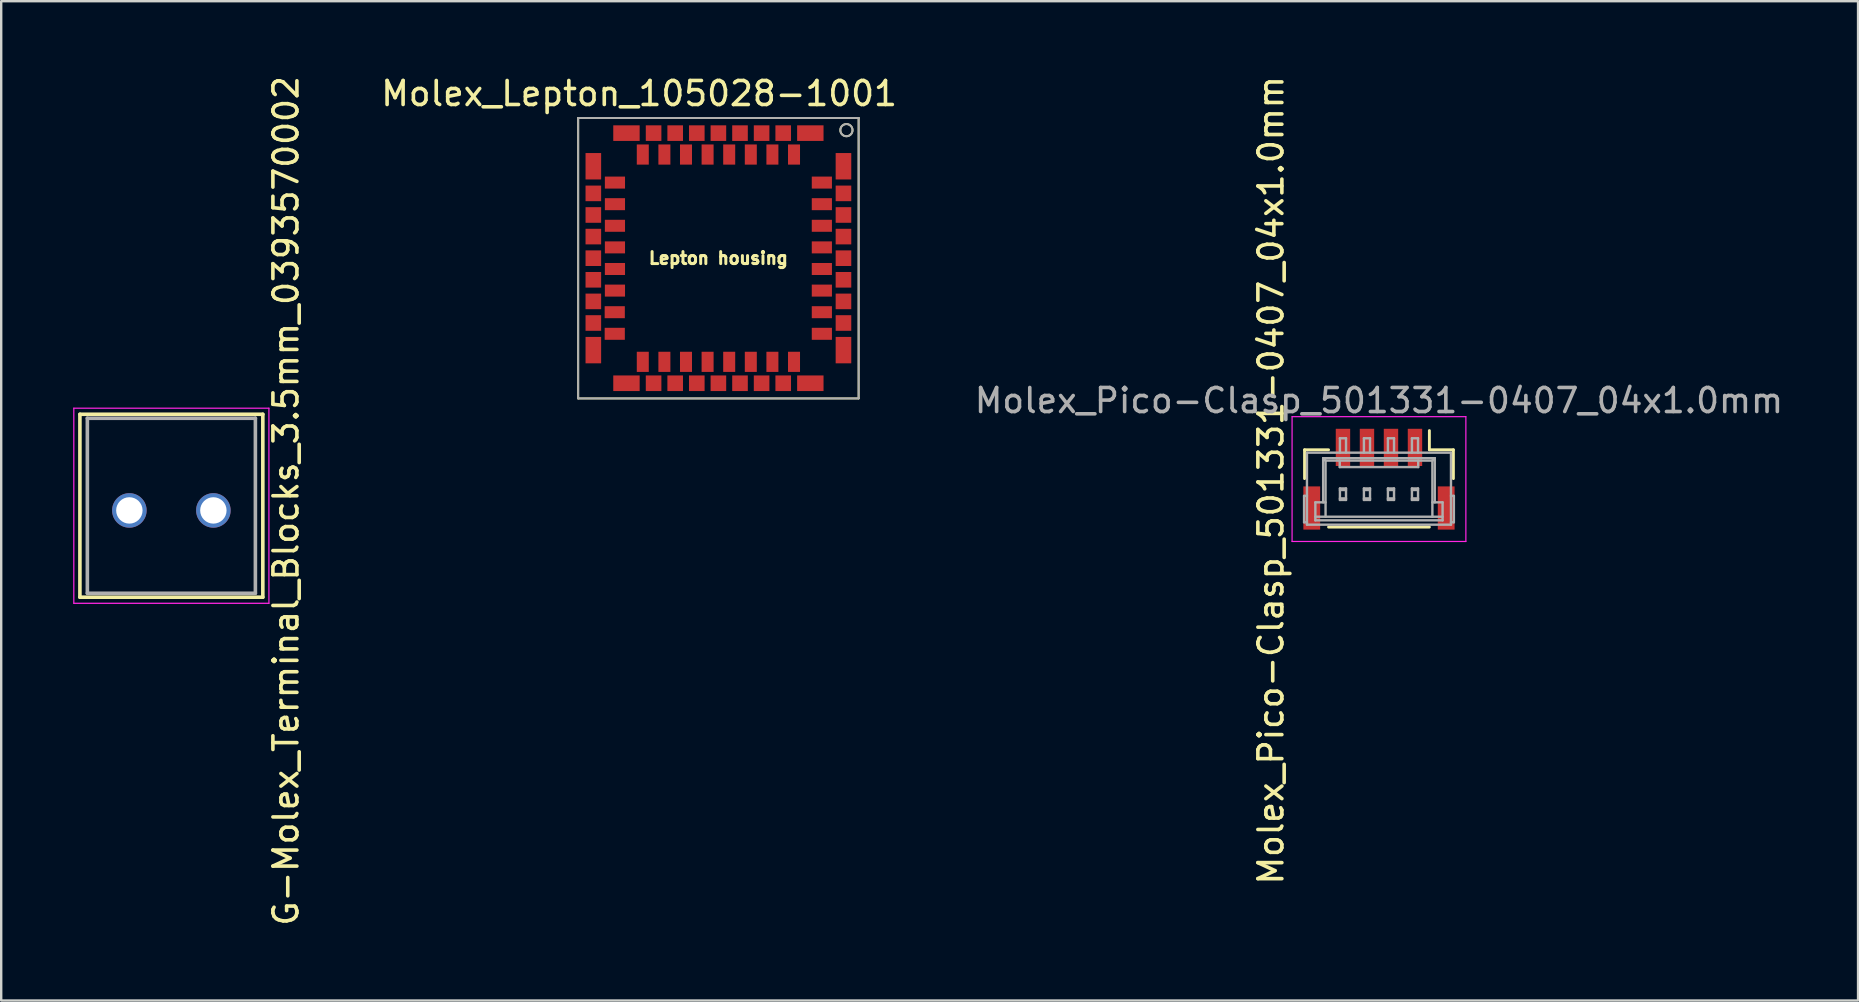
<source format=kicad_pcb>
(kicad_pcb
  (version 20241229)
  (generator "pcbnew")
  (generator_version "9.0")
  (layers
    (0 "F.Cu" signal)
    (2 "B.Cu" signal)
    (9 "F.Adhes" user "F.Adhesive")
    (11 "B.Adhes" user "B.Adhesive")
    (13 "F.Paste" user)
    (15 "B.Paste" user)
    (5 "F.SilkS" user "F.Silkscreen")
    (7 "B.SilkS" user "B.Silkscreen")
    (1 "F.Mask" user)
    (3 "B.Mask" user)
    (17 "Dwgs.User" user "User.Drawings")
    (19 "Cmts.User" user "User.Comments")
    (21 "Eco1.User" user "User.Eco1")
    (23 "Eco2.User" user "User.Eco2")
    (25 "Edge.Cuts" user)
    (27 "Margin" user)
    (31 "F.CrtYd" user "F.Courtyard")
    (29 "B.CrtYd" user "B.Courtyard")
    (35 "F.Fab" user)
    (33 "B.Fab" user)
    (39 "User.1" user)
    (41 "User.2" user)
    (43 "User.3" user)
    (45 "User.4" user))
  (footprint "G-Molex_Terminal_Blocks_3.5mm_0393570002"
    (layer "F.Cu")
    (at 4.089 18.019)
    (property "Reference" "G-Molex_Terminal_Blocks_3.5mm_0393570002" (at 4.775 -0.203 90) (layer "F.SilkS") (effects (font (size 1 1) (thickness 0.15))))
    (attr through_hole)
    (fp_line (start -3.81 -3.81) (end -3.81 3.81) (stroke (width 0.15) (type solid)) (layer "F.SilkS"))
    (fp_line (start -3.81 3.81) (end 3.81 3.81) (stroke (width 0.15) (type solid)) (layer "F.SilkS"))
    (fp_line (start 3.81 -3.81) (end -3.81 -3.81) (stroke (width 0.15) (type solid)) (layer "F.SilkS"))
    (fp_line (start 3.81 3.81) (end 3.81 -3.81) (stroke (width 0.15) (type solid)) (layer "F.SilkS"))
    (fp_line (start -4.064 -4.064) (end -4.064 4.064) (stroke (width 0.05) (type solid)) (layer "F.CrtYd"))
    (fp_line (start -4.064 4.064) (end 4.064 4.064) (stroke (width 0.05) (type solid)) (layer "F.CrtYd"))
    (fp_line (start 4.064 -4.064) (end -4.064 -4.064) (stroke (width 0.05) (type solid)) (layer "F.CrtYd"))
    (fp_line (start 4.064 4.064) (end 4.064 -4.064) (stroke (width 0.05) (type solid)) (layer "F.CrtYd"))
    (fp_line (start -3.5 -3.645) (end -3.5 3.645) (stroke (width 0.15) (type solid)) (layer "F.Fab"))
    (fp_line (start -3.5 3.645) (end 3.5 3.645) (stroke (width 0.15) (type solid)) (layer "F.Fab"))
    (fp_line (start 3.5 -3.645) (end -3.5 -3.645) (stroke (width 0.15) (type solid)) (layer "F.Fab"))
    (fp_line (start 3.5 3.645) (end 3.5 -3.645) (stroke (width 0.15) (type solid)) (layer "F.Fab"))
    (pad "1" thru_hole circle (at -1.75 0.195) (size 1.438 1.438) (drill 1.1) (layers "*.Cu" "*.Mask"))
    (pad "2" thru_hole circle (at 1.75 0.195) (size 1.438 1.438) (drill 1.1) (layers "*.Cu" "*.Mask")))
  (footprint "Molex_Lepton_105028-1001"
    (layer "F.Cu")
    (at 26.878 7.706)
    (property "Reference" "Molex_Lepton_105028-1001" (at -3.302 -6.858 0) (layer "F.SilkS") (effects (font (size 1 1) (thickness 0.15))))
    (attr through_hole)
    (fp_line (start -5.842 -5.842) (end 5.842 -5.842) (stroke (width 0.08) (type solid)) (layer "F.SilkS"))
    (fp_line (start -5.842 5.842) (end -5.842 -5.842) (stroke (width 0.08) (type solid)) (layer "F.SilkS"))
    (fp_line (start 5.842 -5.842) (end 5.842 5.842) (stroke (width 0.08) (type solid)) (layer "F.SilkS"))
    (fp_line (start 5.842 5.842) (end -5.842 5.842) (stroke (width 0.08) (type solid)) (layer "F.SilkS"))
    (fp_circle (center 5.334 -5.334) (end 5.588 -5.334) (stroke (width 0.08) (type solid)) (fill no) (layer "F.SilkS"))
    (fp_line (start -5.842 -5.842) (end 5.842 -5.842) (stroke (width 0.08) (type solid)) (layer "F.Fab"))
    (fp_line (start -5.842 5.842) (end -5.842 -5.842) (stroke (width 0.08) (type solid)) (layer "F.Fab"))
    (fp_line (start 5.842 -5.842) (end 5.842 5.842) (stroke (width 0.08) (type solid)) (layer "F.Fab"))
    (fp_line (start 5.842 5.842) (end -5.842 5.842) (stroke (width 0.08) (type solid)) (layer "F.Fab"))
    (fp_circle (center 5.334 -5.334) (end 5.334 -5.08) (stroke (width 0.08) (type solid)) (fill no) (layer "F.Fab"))
    (fp_text user "Lepton housing" (at 0 0 0) (layer "F.SilkS") (effects (font (size 0.5 0.5) (thickness 0.125))))
    (pad "1" smd rect (at 4.31 -3.15) (size 0.84 0.5) (layers "F.Cu" "F.Mask" "F.Paste"))
    (pad "2" smd rect (at 4.31 -2.25) (size 0.84 0.5) (layers "F.Cu" "F.Mask" "F.Paste"))
    (pad "3" smd rect (at 4.31 -1.35) (size 0.84 0.5) (layers "F.Cu" "F.Mask" "F.Paste"))
    (pad "4" smd rect (at 4.31 -0.45) (size 0.84 0.5) (layers "F.Cu" "F.Mask" "F.Paste"))
    (pad "5" smd rect (at 4.31 0.45) (size 0.84 0.5) (layers "F.Cu" "F.Mask" "F.Paste"))
    (pad "6" smd rect (at 4.31 1.35) (size 0.84 0.5) (layers "F.Cu" "F.Mask" "F.Paste"))
    (pad "7" smd rect (at 4.31 2.25) (size 0.84 0.5) (layers "F.Cu" "F.Mask" "F.Paste"))
    (pad "8" smd rect (at 4.31 3.15) (size 0.84 0.5) (layers "F.Cu" "F.Mask" "F.Paste"))
    (pad "9" smd rect (at 3.15 4.318) (size 0.5 0.84) (layers "F.Cu" "F.Mask" "F.Paste"))
    (pad "10" smd rect (at 2.25 4.318) (size 0.5 0.84) (layers "F.Cu" "F.Mask" "F.Paste"))
    (pad "11" smd rect (at 1.35 4.318) (size 0.5 0.84) (layers "F.Cu" "F.Mask" "F.Paste"))
    (pad "12" smd rect (at 0.45 4.318) (size 0.5 0.84) (layers "F.Cu" "F.Mask" "F.Paste"))
    (pad "13" smd rect (at -0.45 4.318) (size 0.5 0.84) (layers "F.Cu" "F.Mask" "F.Paste"))
    (pad "14" smd rect (at -1.35 4.318) (size 0.5 0.84) (layers "F.Cu" "F.Mask" "F.Paste"))
    (pad "15" smd rect (at -2.25 4.318) (size 0.5 0.84) (layers "F.Cu" "F.Mask" "F.Paste"))
    (pad "16" smd rect (at -3.15 4.318) (size 0.5 0.84) (layers "F.Cu" "F.Mask" "F.Paste"))
    (pad "17" smd rect (at -4.318 3.15) (size 0.84 0.5) (layers "F.Cu" "F.Mask" "F.Paste"))
    (pad "18" smd rect (at -4.318 2.25) (size 0.84 0.5) (layers "F.Cu" "F.Mask" "F.Paste"))
    (pad "19" smd rect (at -4.31 1.35) (size 0.84 0.5) (layers "F.Cu" "F.Mask" "F.Paste"))
    (pad "20" smd rect (at -4.31 0.45) (size 0.84 0.5) (layers "F.Cu" "F.Mask" "F.Paste"))
    (pad "21" smd rect (at -4.31 -0.45) (size 0.84 0.5) (layers "F.Cu" "F.Mask" "F.Paste"))
    (pad "22" smd rect (at -4.31 -1.35) (size 0.84 0.5) (layers "F.Cu" "F.Mask" "F.Paste"))
    (pad "23" smd rect (at -4.31 -2.25 180) (size 0.84 0.5) (layers "F.Cu" "F.Mask" "F.Paste"))
    (pad "24" smd rect (at -4.31 -3.15) (size 0.84 0.5) (layers "F.Cu" "F.Mask" "F.Paste"))
    (pad "25" smd rect (at -3.15 -4.318) (size 0.5 0.84) (layers "F.Cu" "F.Mask" "F.Paste"))
    (pad "26" smd rect (at -2.25 -4.318) (size 0.5 0.84) (layers "F.Cu" "F.Mask" "F.Paste"))
    (pad "27" smd rect (at -1.35 -4.318) (size 0.5 0.84) (layers "F.Cu" "F.Mask" "F.Paste"))
    (pad "28" smd rect (at -0.45 -4.318) (size 0.5 0.84) (layers "F.Cu" "F.Mask" "F.Paste"))
    (pad "29" smd rect (at 0.45 -4.318) (size 0.5 0.84) (layers "F.Cu" "F.Mask" "F.Paste"))
    (pad "30" smd rect (at 1.35 -4.318) (size 0.5 0.84) (layers "F.Cu" "F.Mask" "F.Paste"))
    (pad "31" smd rect (at 2.25 -4.318) (size 0.5 0.84) (layers "F.Cu" "F.Mask" "F.Paste"))
    (pad "32" smd rect (at 3.15 -4.318) (size 0.5 0.84) (layers "F.Cu" "F.Mask" "F.Paste"))
    (pad "33" smd rect (at -5.21 -3.83) (size 0.65 1.1) (layers "F.Cu" "F.Mask" "F.Paste"))
    (pad "33" smd rect (at -5.21 -2.7) (size 0.65 0.65) (layers "F.Cu" "F.Mask" "F.Paste"))
    (pad "33" smd rect (at -5.21 -1.8) (size 0.65 0.65) (layers "F.Cu" "F.Mask" "F.Paste"))
    (pad "33" smd rect (at -5.21 -0.9) (size 0.65 0.65) (layers "F.Cu" "F.Mask" "F.Paste"))
    (pad "33" smd rect (at -5.21 0) (size 0.65 0.65) (layers "F.Cu" "F.Mask" "F.Paste"))
    (pad "33" smd rect (at -5.21 0.9) (size 0.65 0.65) (layers "F.Cu" "F.Mask" "F.Paste"))
    (pad "33" smd rect (at -5.21 1.8) (size 0.65 0.65) (layers "F.Cu" "F.Mask" "F.Paste"))
    (pad "33" smd rect (at -5.21 2.7) (size 0.65 0.65) (layers "F.Cu" "F.Mask" "F.Paste"))
    (pad "33" smd rect (at -5.21 3.83) (size 0.65 1.1) (layers "F.Cu" "F.Mask" "F.Paste"))
    (pad "33" smd rect (at -3.83 -5.21) (size 1.1 0.65) (layers "F.Cu" "F.Mask" "F.Paste"))
    (pad "33" smd rect (at -3.83 5.21) (size 1.1 0.65) (layers "F.Cu" "F.Mask" "F.Paste"))
    (pad "33" smd rect (at -2.7 -5.21) (size 0.65 0.65) (layers "F.Cu" "F.Mask" "F.Paste"))
    (pad "33" smd rect (at -2.7 5.21) (size 0.65 0.65) (layers "F.Cu" "F.Mask" "F.Paste"))
    (pad "33" smd rect (at -1.8 -5.21) (size 0.65 0.65) (layers "F.Cu" "F.Mask" "F.Paste"))
    (pad "33" smd rect (at -1.8 5.21) (size 0.65 0.65) (layers "F.Cu" "F.Mask" "F.Paste"))
    (pad "33" smd rect (at -0.9 -5.21) (size 0.65 0.65) (layers "F.Cu" "F.Mask" "F.Paste"))
    (pad "33" smd rect (at -0.9 5.21) (size 0.65 0.65) (layers "F.Cu" "F.Mask" "F.Paste"))
    (pad "33" smd rect (at 0 -5.21) (size 0.65 0.65) (layers "F.Cu" "F.Mask" "F.Paste"))
    (pad "33" smd rect (at 0 5.21) (size 0.65 0.65) (layers "F.Cu" "F.Mask" "F.Paste"))
    (pad "33" smd rect (at 0.9 -5.21) (size 0.65 0.65) (layers "F.Cu" "F.Mask" "F.Paste"))
    (pad "33" smd rect (at 0.9 5.21) (size 0.65 0.65) (layers "F.Cu" "F.Mask" "F.Paste"))
    (pad "33" smd rect (at 1.8 -5.21) (size 0.65 0.65) (layers "F.Cu" "F.Mask" "F.Paste"))
    (pad "33" smd rect (at 1.8 5.21) (size 0.65 0.65) (layers "F.Cu" "F.Mask" "F.Paste"))
    (pad "33" smd rect (at 2.7 -5.21 90) (size 0.65 0.65) (layers "F.Cu" "F.Mask" "F.Paste"))
    (pad "33" smd rect (at 2.7 5.21) (size 0.65 0.65) (layers "F.Cu" "F.Mask" "F.Paste"))
    (pad "33" smd rect (at 3.83 -5.21) (size 1.1 0.65) (layers "F.Cu" "F.Mask" "F.Paste"))
    (pad "33" smd rect (at 3.83 5.21) (size 1.1 0.65) (layers "F.Cu" "F.Mask" "F.Paste"))
    (pad "33" smd rect (at 5.21 -3.83) (size 0.65 1.1) (layers "F.Cu" "F.Mask" "F.Paste"))
    (pad "33" smd rect (at 5.21 -2.7) (size 0.65 0.65) (layers "F.Cu" "F.Mask" "F.Paste"))
    (pad "33" smd rect (at 5.21 -1.8) (size 0.65 0.65) (layers "F.Cu" "F.Mask" "F.Paste"))
    (pad "33" smd rect (at 5.21 -0.9) (size 0.65 0.65) (layers "F.Cu" "F.Mask" "F.Paste"))
    (pad "33" smd rect (at 5.21 0) (size 0.65 0.65) (layers "F.Cu" "F.Mask" "F.Paste"))
    (pad "33" smd rect (at 5.21 0.9) (size 0.65 0.65) (layers "F.Cu" "F.Mask" "F.Paste"))
    (pad "33" smd rect (at 5.21 1.8) (size 0.65 0.65) (layers "F.Cu" "F.Mask" "F.Paste"))
    (pad "33" smd rect (at 5.21 2.7) (size 0.65 0.65) (layers "F.Cu" "F.Mask" "F.Paste"))
    (pad "33" smd rect (at 5.21 3.83) (size 0.65 1.1) (layers "F.Cu" "F.Mask" "F.Paste")))
  (footprint "Molex_Pico-Clasp_501331-0407_04x1.0mm"
    (layer "F.Cu")
    (at 54.397 16.908)
    (property "Reference" "Molex_Pico-Clasp_501331-0407_04x1.0mm" (at -4.5 0.05 90) (layer "F.SilkS") (effects (font (size 1 1) (thickness 0.15))))
    (attr smd)
    (fp_line (start -3.1 -1.22) (end -2.1 -1.22) (stroke (width 0.12) (type solid)) (layer "F.SilkS"))
    (fp_line (start -3.1 -0.02) (end -3.1 -1.22) (stroke (width 0.12) (type solid)) (layer "F.SilkS"))
    (fp_line (start -2.1 2) (end 2.1 2) (stroke (width 0.12) (type solid)) (layer "F.SilkS"))
    (fp_line (start 2.1 -1.22) (end 2.1 -2.02) (stroke (width 0.12) (type solid)) (layer "F.SilkS"))
    (fp_line (start 3.1 -1.22) (end 2.1 -1.22) (stroke (width 0.12) (type solid)) (layer "F.SilkS"))
    (fp_line (start 3.1 -0.02) (end 3.1 -1.22) (stroke (width 0.12) (type solid)) (layer "F.SilkS"))
    (fp_line (start -3.62 -2.6) (end 3.62 -2.6) (stroke (width 0.05) (type solid)) (layer "F.CrtYd"))
    (fp_line (start -3.62 2.6) (end -3.62 -2.6) (stroke (width 0.05) (type solid)) (layer "F.CrtYd"))
    (fp_line (start 3.62 -2.6) (end 3.62 2.6) (stroke (width 0.05) (type solid)) (layer "F.CrtYd"))
    (fp_line (start 3.62 2.6) (end -3.62 2.6) (stroke (width 0.05) (type solid)) (layer "F.CrtYd"))
    (fp_line (start -3.12 0.7) (end -3 0.7) (stroke (width 0.1) (type solid)) (layer "F.Fab"))
    (fp_line (start -3.12 1.8) (end -3.12 0.7) (stroke (width 0.1) (type solid)) (layer "F.Fab"))
    (fp_line (start -3.12 1.8) (end -3 1.8) (stroke (width 0.1) (type solid)) (layer "F.Fab"))
    (fp_line (start -3 -1.1) (end 3 -1.1) (stroke (width 0.1) (type solid)) (layer "F.Fab"))
    (fp_line (start -3 1.9) (end -3 -1.1) (stroke (width 0.1) (type solid)) (layer "F.Fab"))
    (fp_line (start -2.65 0.97) (end -2.65 1.72) (stroke (width 0.1) (type solid)) (layer "F.Fab"))
    (fp_line (start -2.65 0.97) (end -2.225 0.97) (stroke (width 0.1) (type solid)) (layer "F.Fab"))
    (fp_line (start -2.65 1.72) (end 2.65 1.72) (stroke (width 0.1) (type solid)) (layer "F.Fab"))
    (fp_line (start -2.325 -0.87) (end -2.225 -0.77) (stroke (width 0.1) (type solid)) (layer "F.Fab"))
    (fp_line (start -2.325 0.97) (end -2.325 -0.87) (stroke (width 0.1) (type solid)) (layer "F.Fab"))
    (fp_line (start -2.225 -0.77) (end 2.225 -0.77) (stroke (width 0.1) (type solid)) (layer "F.Fab"))
    (fp_line (start -2.225 1.57) (end -2.225 -0.77) (stroke (width 0.1) (type solid)) (layer "F.Fab"))
    (fp_line (start -1.635 -0.5) (end -1.635 -0.77) (stroke (width 0.1) (type solid)) (layer "F.Fab"))
    (fp_line (start -1.627 -1.7) (end -1.373 -1.7) (stroke (width 0.1) (type solid)) (layer "F.Fab"))
    (fp_line (start -1.627 -1.1) (end -1.627 -1.7) (stroke (width 0.1) (type solid)) (layer "F.Fab"))
    (fp_line (start -1.627 0.39) (end -1.627 0.87) (stroke (width 0.1) (type solid)) (layer "F.Fab"))
    (fp_line (start -1.627 0.39) (end -1.373 0.39) (stroke (width 0.1) (type solid)) (layer "F.Fab"))
    (fp_line (start -1.627 0.455) (end -1.373 0.455) (stroke (width 0.1) (type solid)) (layer "F.Fab"))
    (fp_line (start -1.627 0.805) (end -1.373 0.805) (stroke (width 0.1) (type solid)) (layer "F.Fab"))
    (fp_line (start -1.627 0.87) (end -1.373 0.87) (stroke (width 0.1) (type solid)) (layer "F.Fab"))
    (fp_line (start -1.373 -1.1) (end -1.373 -1.7) (stroke (width 0.1) (type solid)) (layer "F.Fab"))
    (fp_line (start -1.373 0.39) (end -1.373 0.87) (stroke (width 0.1) (type solid)) (layer "F.Fab"))
    (fp_line (start -0.627 -1.7) (end -0.373 -1.7) (stroke (width 0.1) (type solid)) (layer "F.Fab"))
    (fp_line (start -0.627 -1.1) (end -0.627 -1.7) (stroke (width 0.1) (type solid)) (layer "F.Fab"))
    (fp_line (start -0.627 0.39) (end -0.627 0.87) (stroke (width 0.1) (type solid)) (layer "F.Fab"))
    (fp_line (start -0.627 0.39) (end -0.373 0.39) (stroke (width 0.1) (type solid)) (layer "F.Fab"))
    (fp_line (start -0.627 0.455) (end -0.373 0.455) (stroke (width 0.1) (type solid)) (layer "F.Fab"))
    (fp_line (start -0.627 0.805) (end -0.373 0.805) (stroke (width 0.1) (type solid)) (layer "F.Fab"))
    (fp_line (start -0.627 0.87) (end -0.373 0.87) (stroke (width 0.1) (type solid)) (layer "F.Fab"))
    (fp_line (start -0.373 -1.1) (end -0.373 -1.7) (stroke (width 0.1) (type solid)) (layer "F.Fab"))
    (fp_line (start -0.373 0.39) (end -0.373 0.87) (stroke (width 0.1) (type solid)) (layer "F.Fab"))
    (fp_line (start 0.373 -1.7) (end 0.627 -1.7) (stroke (width 0.1) (type solid)) (layer "F.Fab"))
    (fp_line (start 0.373 -1.1) (end 0.373 -1.7) (stroke (width 0.1) (type solid)) (layer "F.Fab"))
    (fp_line (start 0.373 0.39) (end 0.373 0.87) (stroke (width 0.1) (type solid)) (layer "F.Fab"))
    (fp_line (start 0.373 0.39) (end 0.627 0.39) (stroke (width 0.1) (type solid)) (layer "F.Fab"))
    (fp_line (start 0.373 0.455) (end 0.627 0.455) (stroke (width 0.1) (type solid)) (layer "F.Fab"))
    (fp_line (start 0.373 0.805) (end 0.627 0.805) (stroke (width 0.1) (type solid)) (layer "F.Fab"))
    (fp_line (start 0.373 0.87) (end 0.627 0.87) (stroke (width 0.1) (type solid)) (layer "F.Fab"))
    (fp_line (start 0.627 -1.7) (end 0.627 -1.1) (stroke (width 0.1) (type solid)) (layer "F.Fab"))
    (fp_line (start 0.627 0.39) (end 0.627 0.87) (stroke (width 0.1) (type solid)) (layer "F.Fab"))
    (fp_line (start 1.373 -1.7) (end 1.373 -1.1) (stroke (width 0.1) (type solid)) (layer "F.Fab"))
    (fp_line (start 1.373 -1.7) (end 1.627 -1.7) (stroke (width 0.1) (type solid)) (layer "F.Fab"))
    (fp_line (start 1.373 0.39) (end 1.373 0.87) (stroke (width 0.1) (type solid)) (layer "F.Fab"))
    (fp_line (start 1.373 0.39) (end 1.627 0.39) (stroke (width 0.1) (type solid)) (layer "F.Fab"))
    (fp_line (start 1.373 0.455) (end 1.627 0.455) (stroke (width 0.1) (type solid)) (layer "F.Fab"))
    (fp_line (start 1.373 0.805) (end 1.627 0.805) (stroke (width 0.1) (type solid)) (layer "F.Fab"))
    (fp_line (start 1.373 0.87) (end 1.627 0.87) (stroke (width 0.1) (type solid)) (layer "F.Fab"))
    (fp_line (start 1.627 -1.7) (end 1.627 -1.1) (stroke (width 0.1) (type solid)) (layer "F.Fab"))
    (fp_line (start 1.627 0.39) (end 1.627 0.87) (stroke (width 0.1) (type solid)) (layer "F.Fab"))
    (fp_line (start 1.635 -0.5) (end -1.635 -0.5) (stroke (width 0.1) (type solid)) (layer "F.Fab"))
    (fp_line (start 1.635 -0.5) (end 1.635 -0.77) (stroke (width 0.1) (type solid)) (layer "F.Fab"))
    (fp_line (start 2.225 -0.77) (end 2.225 1.57) (stroke (width 0.1) (type solid)) (layer "F.Fab"))
    (fp_line (start 2.225 -0.77) (end 2.325 -0.87) (stroke (width 0.1) (type solid)) (layer "F.Fab"))
    (fp_line (start 2.325 -0.87) (end -2.325 -0.87) (stroke (width 0.1) (type solid)) (layer "F.Fab"))
    (fp_line (start 2.325 -0.87) (end 2.325 0.97) (stroke (width 0.1) (type solid)) (layer "F.Fab"))
    (fp_line (start 2.65 0.97) (end 2.225 0.97) (stroke (width 0.1) (type solid)) (layer "F.Fab"))
    (fp_line (start 2.65 1.57) (end -2.65 1.57) (stroke (width 0.1) (type solid)) (layer "F.Fab"))
    (fp_line (start 2.65 1.72) (end 2.65 0.97) (stroke (width 0.1) (type solid)) (layer "F.Fab"))
    (fp_line (start 3 -1.1) (end 3 1.9) (stroke (width 0.1) (type solid)) (layer "F.Fab"))
    (fp_line (start 3 1.9) (end -3 1.9) (stroke (width 0.1) (type solid)) (layer "F.Fab"))
    (fp_line (start 3.12 0.7) (end 3 0.7) (stroke (width 0.1) (type solid)) (layer "F.Fab"))
    (fp_line (start 3.12 0.7) (end 3.12 1.8) (stroke (width 0.1) (type solid)) (layer "F.Fab"))
    (fp_line (start 3.12 1.8) (end 3 1.8) (stroke (width 0.1) (type solid)) (layer "F.Fab"))
    (fp_text user "${REFERENCE}" (at 0 -3.27 0) (layer "F.Fab") (effects (font (size 1 1) (thickness 0.15))))
    (pad "1" smd rect (at 1.5 -1.32) (size 0.6 1.55) (layers "F.Cu" "F.Mask" "F.Paste"))
    (pad "2" smd rect (at 0.5 -1.32) (size 0.6 1.55) (layers "F.Cu" "F.Mask" "F.Paste"))
    (pad "3" smd rect (at -0.5 -1.32) (size 0.6 1.55) (layers "F.Cu" "F.Mask" "F.Paste"))
    (pad "4" smd rect (at -1.5 -1.32) (size 0.6 1.55) (layers "F.Cu" "F.Mask" "F.Paste"))
    (pad "5" smd rect (at -2.8 1.205) (size 0.7 1.8) (layers "F.Cu" "F.Mask" "F.Paste"))
    (pad "5" smd rect (at 2.8 1.205) (size 0.7 1.8) (layers "F.Cu" "F.Mask" "F.Paste")))
  (gr_rect
    (start -3 -3)
    (end 74.355 38.631)
    (stroke (width 0.1) (type default))
    (fill no)
    (layer "Edge.Cuts")))
</source>
